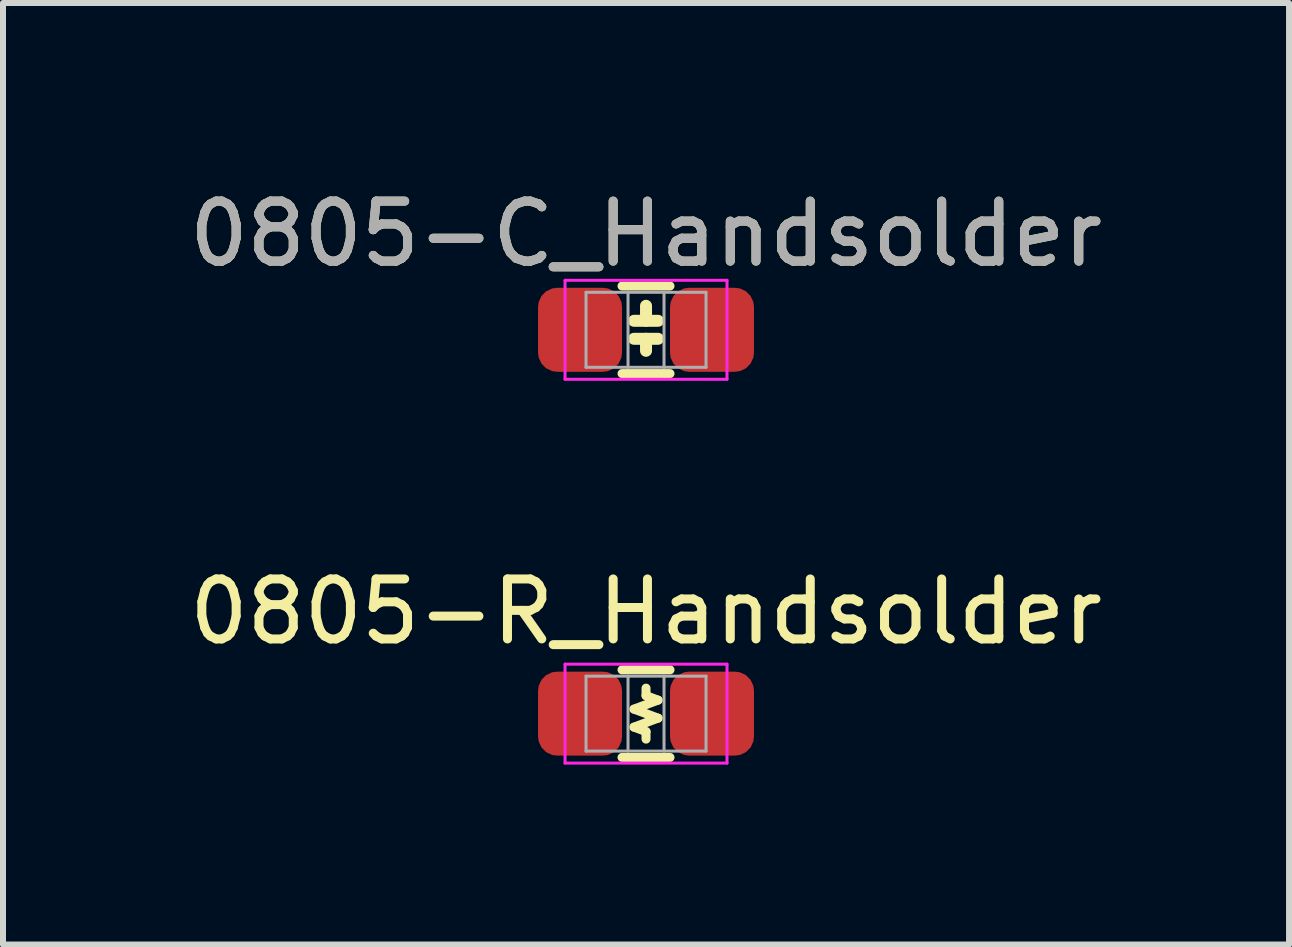
<source format=kicad_pcb>
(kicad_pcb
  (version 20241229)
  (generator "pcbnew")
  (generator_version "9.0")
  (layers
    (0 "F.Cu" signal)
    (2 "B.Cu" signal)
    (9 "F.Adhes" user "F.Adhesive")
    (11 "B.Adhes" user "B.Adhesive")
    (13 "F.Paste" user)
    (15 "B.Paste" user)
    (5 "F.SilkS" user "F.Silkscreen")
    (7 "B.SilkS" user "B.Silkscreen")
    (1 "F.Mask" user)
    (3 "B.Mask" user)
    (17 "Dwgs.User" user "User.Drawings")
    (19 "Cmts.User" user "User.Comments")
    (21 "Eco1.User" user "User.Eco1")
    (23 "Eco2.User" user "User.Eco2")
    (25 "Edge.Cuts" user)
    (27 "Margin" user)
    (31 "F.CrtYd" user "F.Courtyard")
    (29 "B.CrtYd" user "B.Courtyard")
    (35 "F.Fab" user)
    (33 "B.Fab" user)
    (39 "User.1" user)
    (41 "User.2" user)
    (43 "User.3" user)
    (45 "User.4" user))
  (footprint "0805-C_Handsolder"
    (layer "F.Cu")
    (at 7.72 2.448)
    (property "Reference" "0805-C_Handsolder" (at 0 -1.6 0) (layer "F.SilkS") (effects (font (size 1 1) (thickness 0.15))))
    (attr smd)
    (fp_line (start -0.4 -0.73) (end 0.4 -0.73) (stroke (width 0.15) (type solid)) (layer "F.SilkS"))
    (fp_line (start -0.4 0.73) (end 0.4 0.73) (stroke (width 0.15) (type solid)) (layer "F.SilkS"))
    (fp_line (start 0 -0.15) (end 0 -0.4) (stroke (width 0.2) (type solid)) (layer "F.SilkS"))
    (fp_line (start 0 0.15) (end 0 0.35) (stroke (width 0.2) (type solid)) (layer "F.SilkS"))
    (fp_line (start 0.2 -0.15) (end -0.2 -0.15) (stroke (width 0.2) (type solid)) (layer "F.SilkS"))
    (fp_line (start 0.2 0.15) (end -0.2 0.15) (stroke (width 0.2) (type solid)) (layer "F.SilkS"))
    (fp_line (start -1.35 -0.825) (end -1.35 0.825) (stroke (width 0.05) (type solid)) (layer "F.CrtYd"))
    (fp_line (start -1.35 -0.825) (end 1.35 -0.825) (stroke (width 0.05) (type solid)) (layer "F.CrtYd"))
    (fp_line (start 1.35 -0.825) (end 1.35 0.825) (stroke (width 0.05) (type solid)) (layer "F.CrtYd"))
    (fp_line (start 1.35 0.825) (end -1.35 0.825) (stroke (width 0.05) (type solid)) (layer "F.CrtYd"))
    (fp_line (start -1 -0.625) (end 1 -0.625) (stroke (width 0.05) (type solid)) (layer "F.Fab"))
    (fp_line (start -1 0.625) (end -1 -0.625) (stroke (width 0.05) (type solid)) (layer "F.Fab"))
    (fp_line (start -0.3 -0.625) (end -0.3 0.625) (stroke (width 0.05) (type solid)) (layer "F.Fab"))
    (fp_line (start 0.3 0.625) (end 0.3 -0.625) (stroke (width 0.05) (type solid)) (layer "F.Fab"))
    (fp_line (start 1 -0.625) (end 1 0.625) (stroke (width 0.05) (type solid)) (layer "F.Fab"))
    (fp_line (start 1 0.625) (end -1 0.625) (stroke (width 0.05) (type solid)) (layer "F.Fab"))
    (fp_text user "${REFERENCE}" (at 0 -1.6 0) (unlocked yes) (layer "F.Fab") (effects (font (size 1 1) (thickness 0.15))))
    (pad "1" smd roundrect (at -1.1 0) (size 1.4 1.4) (layers "F.Cu" "F.Mask" "F.Paste") (roundrect_rratio 0.227))
    (pad "2" smd roundrect (at 1.1 0) (size 1.4 1.4) (layers "F.Cu" "F.Mask" "F.Paste") (roundrect_rratio 0.227)))
  (footprint "0805-R_Handsolder"
    (layer "F.Cu")
    (at 7.72 8.847)
    (property "Reference" "0805-R_Handsolder" (at 0 -1.7 0) (layer "F.SilkS") (effects (font (size 1 1) (thickness 0.15))))
    (attr smd)
    (fp_line (start -0.4 -0.73) (end 0.4 -0.73) (stroke (width 0.15) (type solid)) (layer "F.SilkS"))
    (fp_line (start -0.4 0.73) (end 0.4 0.73) (stroke (width 0.15) (type solid)) (layer "F.SilkS"))
    (fp_line (start 0 -0.425) (end 0 -0.3) (stroke (width 0.15) (type solid)) (layer "F.SilkS"))
    (fp_line (start 0 0.3) (end -0.2 0.225) (stroke (width 0.15) (type solid)) (layer "F.SilkS"))
    (fp_line (start 0 0.425) (end 0 0.3) (stroke (width 0.15) (type solid)) (layer "F.SilkS"))
    (fp_line (start 0.2 -0.225) (end -0.2 -0.075) (stroke (width 0.15) (type solid)) (layer "F.SilkS"))
    (fp_line (start 0.2 -0.225) (end 0 -0.3) (stroke (width 0.15) (type solid)) (layer "F.SilkS"))
    (fp_line (start 0.2 0.075) (end -0.2 -0.075) (stroke (width 0.15) (type solid)) (layer "F.SilkS"))
    (fp_line (start 0.2 0.075) (end -0.2 0.225) (stroke (width 0.15) (type solid)) (layer "F.SilkS"))
    (fp_line (start -1.35 -0.825) (end -1.35 0.825) (stroke (width 0.05) (type solid)) (layer "F.CrtYd"))
    (fp_line (start -1.35 -0.825) (end 1.35 -0.825) (stroke (width 0.05) (type solid)) (layer "F.CrtYd"))
    (fp_line (start 1.35 -0.825) (end 1.35 0.825) (stroke (width 0.05) (type solid)) (layer "F.CrtYd"))
    (fp_line (start 1.35 0.825) (end -1.35 0.825) (stroke (width 0.05) (type solid)) (layer "F.CrtYd"))
    (fp_line (start -1 -0.625) (end 1 -0.625) (stroke (width 0.05) (type solid)) (layer "F.Fab"))
    (fp_line (start -1 0.625) (end -1 -0.625) (stroke (width 0.05) (type solid)) (layer "F.Fab"))
    (fp_line (start -0.3 -0.625) (end -0.3 0.625) (stroke (width 0.05) (type solid)) (layer "F.Fab"))
    (fp_line (start 0.3 0.625) (end 0.3 -0.625) (stroke (width 0.05) (type solid)) (layer "F.Fab"))
    (fp_line (start 1 -0.625) (end 1 0.625) (stroke (width 0.05) (type solid)) (layer "F.Fab"))
    (fp_line (start 1 0.625) (end -1 0.625) (stroke (width 0.05) (type solid)) (layer "F.Fab"))
    (pad "1" smd roundrect (at -1.1 0) (size 1.4 1.4) (layers "F.Cu" "F.Mask" "F.Paste") (roundrect_rratio 0.227))
    (pad "2" smd roundrect (at 1.1 0) (size 1.4 1.4) (layers "F.Cu" "F.Mask" "F.Paste") (roundrect_rratio 0.227)))
  (gr_rect
    (start -3 -3)
    (end 18.44 12.697)
    (stroke (width 0.1) (type default))
    (fill no)
    (layer "Edge.Cuts")))
</source>
